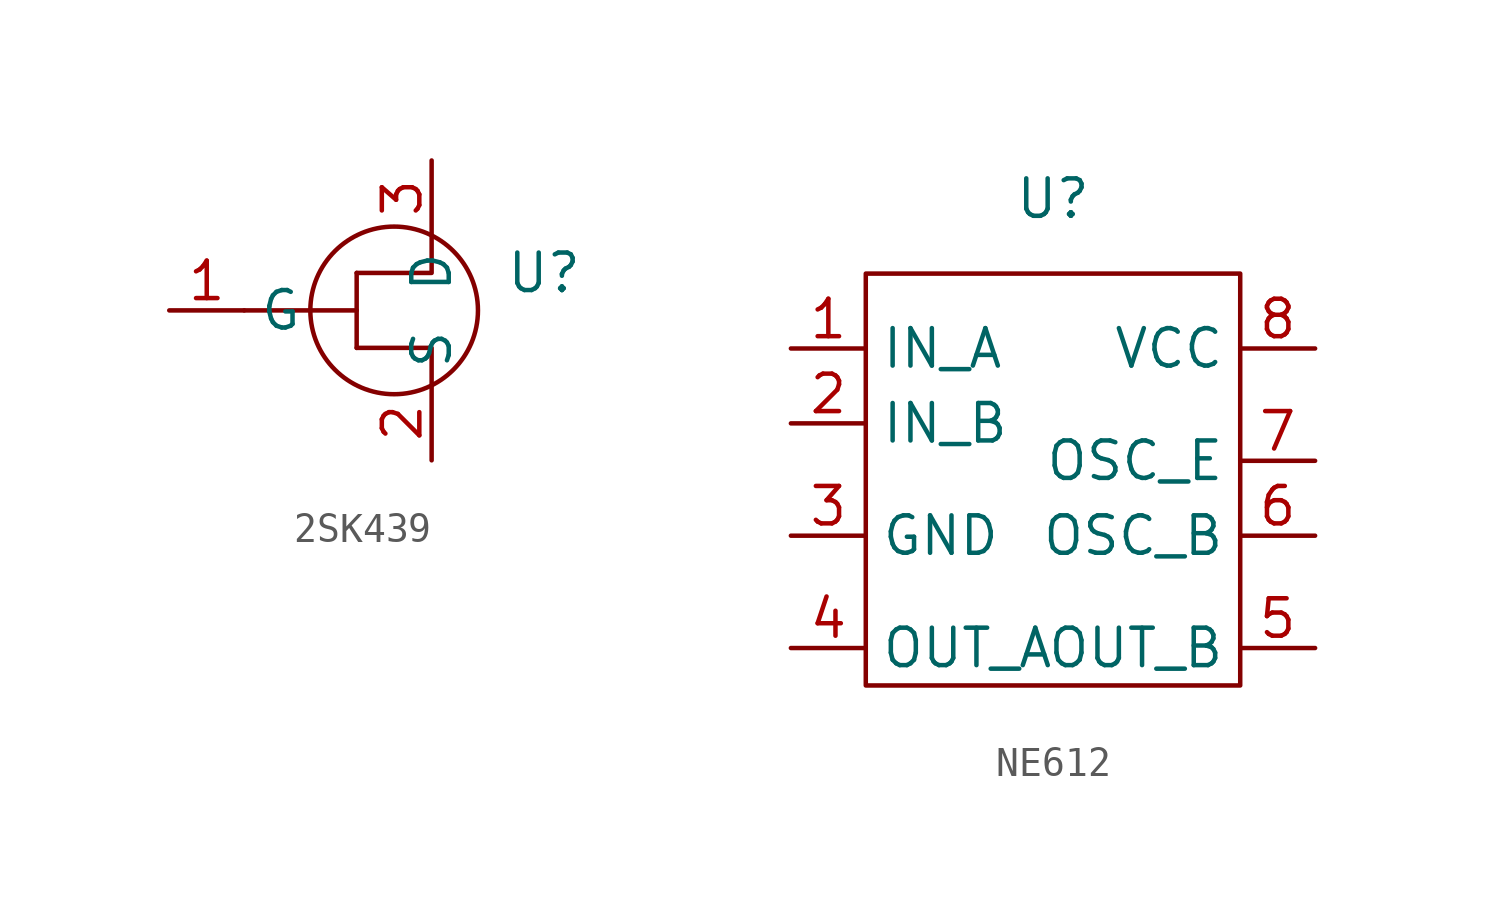
<source format=kicad_sym>
(kicad_symbol_lib
  (version 20220914)
  (generator kicad_symbol_editor)
  (symbol "2SK439"
    (property "Reference" "U"
      (at 5.08 1.27 0)
      (effects (font (size 1.27 1.27))))
    (property "Value" ""
      (at 0 0 0)
      (effects (font (size 1.27 1.27))))
    (symbol "2SK439_0_1"
      (polyline (pts (xy -1.27 -1.27) (xy 1.27 -1.27) (xy 1.27 -2.54)) (stroke (width 0) (type default)) (fill (type none)))
      (polyline (pts (xy -1.27 1.27) (xy 1.27 1.27) (xy 1.27 2.54)) (stroke (width 0) (type default)) (fill (type none)))
      (circle (center 0 0) (radius 2.84) (stroke (width 0) (type default)) (fill (type none))))
    (symbol "2SK439_1_1"
      (polyline (pts (xy -5.08 0) (xy -1.27 0)) (stroke (width 0) (type default)) (fill (type none)))
      (polyline (pts (xy -1.27 1.27) (xy -1.27 -1.27)) (stroke (width 0) (type default)) (fill (type none)))
      (pin input line (at -7.62 0 0) (length 2.54) (name "G" (effects (font (size 1.27 1.27)))) (number "1" (effects (font (size 1.27 1.27)))))
      (pin output line (at 1.27 -5.08 90) (length 2.54) (name "S" (effects (font (size 1.27 1.27)))) (number "2" (effects (font (size 1.27 1.27)))))
      (pin input line (at 1.27 5.08 270) (length 2.54) (name "D" (effects (font (size 1.27 1.27)))) (number "3" (effects (font (size 1.27 1.27)))))))
  (symbol "NE612"
    (property "Reference" "U"
      (at 0 8.89 0)
      (effects (font (size 1.27 1.27))))
    (property "Value" ""
      (at -2.54 2.54 0)
      (effects (font (size 1.27 1.27))))
    (symbol "NE612_0_1"
      (rectangle (start -6.35 6.35) (end 6.35 -7.62) (stroke (width 0) (type default)) (fill (type none))))
    (symbol "NE612_1_1"
      (pin input line (at -8.89 3.81 0) (length 2.54) (name "IN_A" (effects (font (size 1.27 1.27)))) (number "1" (effects (font (size 1.27 1.27)))))
      (pin input line (at -8.89 1.27 0) (length 2.54) (name "IN_B" (effects (font (size 1.27 1.27)))) (number "2" (effects (font (size 1.27 1.27)))))
      (pin input line (at -8.89 -2.54 0) (length 2.54) (name "GND" (effects (font (size 1.27 1.27)))) (number "3" (effects (font (size 1.27 1.27)))))
      (pin output line (at -8.89 -6.35 0) (length 2.54) (name "OUT_A" (effects (font (size 1.27 1.27)))) (number "4" (effects (font (size 1.27 1.27)))))
      (pin output line (at 8.89 -6.35 180) (length 2.54) (name "OUT_B" (effects (font (size 1.27 1.27)))) (number "5" (effects (font (size 1.27 1.27)))))
      (pin input line (at 8.89 -2.54 180) (length 2.54) (name "OSC_B" (effects (font (size 1.27 1.27)))) (number "6" (effects (font (size 1.27 1.27)))))
      (pin input line (at 8.89 0 180) (length 2.54) (name "OSC_E" (effects (font (size 1.27 1.27)))) (number "7" (effects (font (size 1.27 1.27)))))
      (pin input line (at 8.89 3.81 180) (length 2.54) (name "VCC" (effects (font (size 1.27 1.27)))) (number "8" (effects (font (size 1.27 1.27))))))))
</source>
